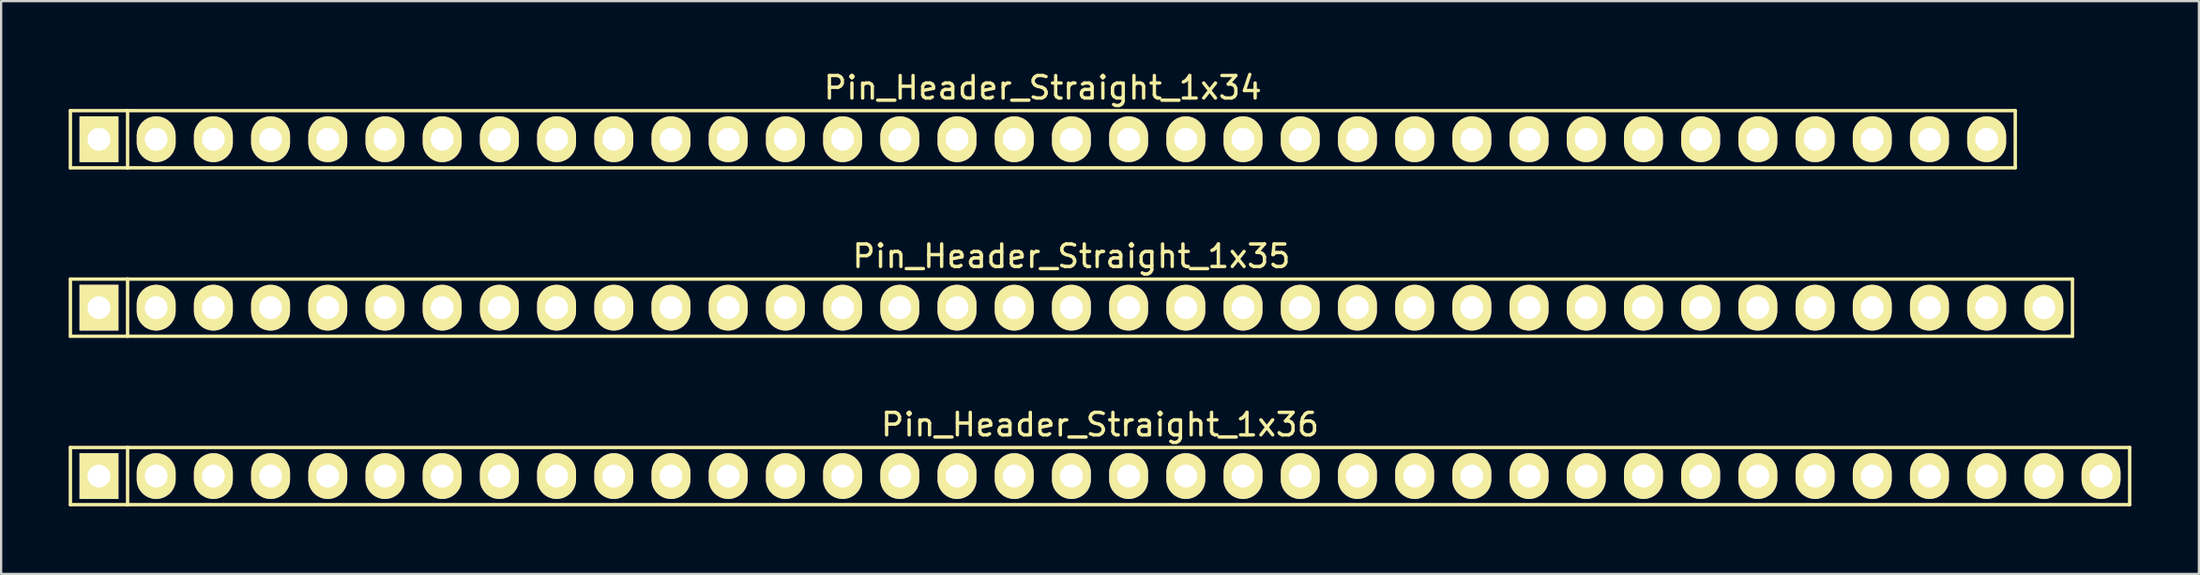
<source format=kicad_pcb>
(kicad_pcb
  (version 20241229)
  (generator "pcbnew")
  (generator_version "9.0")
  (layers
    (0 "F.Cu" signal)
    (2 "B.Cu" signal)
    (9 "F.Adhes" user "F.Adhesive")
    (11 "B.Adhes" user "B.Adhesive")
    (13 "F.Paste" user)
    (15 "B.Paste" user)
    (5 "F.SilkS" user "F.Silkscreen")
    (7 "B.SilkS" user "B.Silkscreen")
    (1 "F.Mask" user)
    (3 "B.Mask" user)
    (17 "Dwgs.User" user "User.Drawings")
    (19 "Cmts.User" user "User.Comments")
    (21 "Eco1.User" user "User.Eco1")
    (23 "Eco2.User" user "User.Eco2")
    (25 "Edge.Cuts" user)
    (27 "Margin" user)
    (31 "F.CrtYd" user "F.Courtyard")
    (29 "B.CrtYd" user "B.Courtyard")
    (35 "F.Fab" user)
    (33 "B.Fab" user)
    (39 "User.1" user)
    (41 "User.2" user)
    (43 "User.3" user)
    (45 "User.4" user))
  (footprint "Pin_Header_Straight_1x34"
    (layer "F.Cu")
    (at 43.255 3.134)
    (property "Reference" "Pin_Header_Straight_1x34" (at 0 -2.286 0) (layer "F.SilkS") (effects (font (size 1 1) (thickness 0.15))))
    (attr through_hole)
    (fp_line (start -43.18 -1.27) (end -43.18 1.27) (stroke (width 0.15) (type solid)) (layer "F.SilkS"))
    (fp_line (start -43.18 -1.27) (end -40.64 -1.27) (stroke (width 0.15) (type solid)) (layer "F.SilkS"))
    (fp_line (start -43.18 1.27) (end -40.64 1.27) (stroke (width 0.15) (type solid)) (layer "F.SilkS"))
    (fp_line (start -40.64 -1.27) (end -40.64 1.27) (stroke (width 0.15) (type solid)) (layer "F.SilkS"))
    (fp_line (start -40.64 1.27) (end 43.18 1.27) (stroke (width 0.15) (type solid)) (layer "F.SilkS"))
    (fp_line (start 43.18 -1.27) (end -40.64 -1.27) (stroke (width 0.15) (type solid)) (layer "F.SilkS"))
    (fp_line (start 43.18 1.27) (end 43.18 -1.27) (stroke (width 0.15) (type solid)) (layer "F.SilkS"))
    (pad "1" thru_hole rect (at -41.91 0) (size 1.727 2.032) (drill 1.016) (layers "*.Cu" "*.Mask" "F.SilkS"))
    (pad "2" thru_hole oval (at -39.37 0) (size 1.727 2.032) (drill 1.016) (layers "*.Cu" "*.Mask" "F.SilkS"))
    (pad "3" thru_hole oval (at -36.83 0) (size 1.727 2.032) (drill 1.016) (layers "*.Cu" "*.Mask" "F.SilkS"))
    (pad "4" thru_hole oval (at -34.29 0) (size 1.727 2.032) (drill 1.016) (layers "*.Cu" "*.Mask" "F.SilkS"))
    (pad "5" thru_hole oval (at -31.75 0) (size 1.727 2.032) (drill 1.016) (layers "*.Cu" "*.Mask" "F.SilkS"))
    (pad "6" thru_hole oval (at -29.21 0) (size 1.727 2.032) (drill 1.016) (layers "*.Cu" "*.Mask" "F.SilkS"))
    (pad "7" thru_hole oval (at -26.67 0) (size 1.727 2.032) (drill 1.016) (layers "*.Cu" "*.Mask" "F.SilkS"))
    (pad "8" thru_hole oval (at -24.13 0) (size 1.727 2.032) (drill 1.016) (layers "*.Cu" "*.Mask" "F.SilkS"))
    (pad "9" thru_hole oval (at -21.59 0) (size 1.727 2.032) (drill 1.016) (layers "*.Cu" "*.Mask" "F.SilkS"))
    (pad "10" thru_hole oval (at -19.05 0) (size 1.727 2.032) (drill 1.016) (layers "*.Cu" "*.Mask" "F.SilkS"))
    (pad "11" thru_hole oval (at -16.51 0) (size 1.727 2.032) (drill 1.016) (layers "*.Cu" "*.Mask" "F.SilkS"))
    (pad "12" thru_hole oval (at -13.97 0) (size 1.727 2.032) (drill 1.016) (layers "*.Cu" "*.Mask" "F.SilkS"))
    (pad "13" thru_hole oval (at -11.43 0) (size 1.727 2.032) (drill 1.016) (layers "*.Cu" "*.Mask" "F.SilkS"))
    (pad "14" thru_hole oval (at -8.89 0) (size 1.727 2.032) (drill 1.016) (layers "*.Cu" "*.Mask" "F.SilkS"))
    (pad "15" thru_hole oval (at -6.35 0) (size 1.727 2.032) (drill 1.016) (layers "*.Cu" "*.Mask" "F.SilkS"))
    (pad "16" thru_hole oval (at -3.81 0) (size 1.727 2.032) (drill 1.016) (layers "*.Cu" "*.Mask" "F.SilkS"))
    (pad "17" thru_hole oval (at -1.27 0) (size 1.727 2.032) (drill 1.016) (layers "*.Cu" "*.Mask" "F.SilkS"))
    (pad "18" thru_hole oval (at 1.27 0) (size 1.727 2.032) (drill 1.016) (layers "*.Cu" "*.Mask" "F.SilkS"))
    (pad "19" thru_hole oval (at 3.81 0) (size 1.727 2.032) (drill 1.016) (layers "*.Cu" "*.Mask" "F.SilkS"))
    (pad "20" thru_hole oval (at 6.35 0) (size 1.727 2.032) (drill 1.016) (layers "*.Cu" "*.Mask" "F.SilkS"))
    (pad "21" thru_hole oval (at 8.89 0) (size 1.727 2.032) (drill 1.016) (layers "*.Cu" "*.Mask" "F.SilkS"))
    (pad "22" thru_hole oval (at 11.43 0) (size 1.727 2.032) (drill 1.016) (layers "*.Cu" "*.Mask" "F.SilkS"))
    (pad "23" thru_hole oval (at 13.97 0) (size 1.727 2.032) (drill 1.016) (layers "*.Cu" "*.Mask" "F.SilkS"))
    (pad "24" thru_hole oval (at 16.51 0) (size 1.727 2.032) (drill 1.016) (layers "*.Cu" "*.Mask" "F.SilkS"))
    (pad "25" thru_hole oval (at 19.05 0) (size 1.727 2.032) (drill 1.016) (layers "*.Cu" "*.Mask" "F.SilkS"))
    (pad "26" thru_hole oval (at 21.59 0) (size 1.727 2.032) (drill 1.016) (layers "*.Cu" "*.Mask" "F.SilkS"))
    (pad "27" thru_hole oval (at 24.13 0) (size 1.727 2.032) (drill 1.016) (layers "*.Cu" "*.Mask" "F.SilkS"))
    (pad "28" thru_hole oval (at 26.67 0) (size 1.727 2.032) (drill 1.016) (layers "*.Cu" "*.Mask" "F.SilkS"))
    (pad "29" thru_hole oval (at 29.21 0) (size 1.727 2.032) (drill 1.016) (layers "*.Cu" "*.Mask" "F.SilkS"))
    (pad "30" thru_hole oval (at 31.75 0) (size 1.727 2.032) (drill 1.016) (layers "*.Cu" "*.Mask" "F.SilkS"))
    (pad "31" thru_hole oval (at 34.29 0) (size 1.727 2.032) (drill 1.016) (layers "*.Cu" "*.Mask" "F.SilkS"))
    (pad "32" thru_hole oval (at 36.83 0) (size 1.727 2.032) (drill 1.016) (layers "*.Cu" "*.Mask" "F.SilkS"))
    (pad "33" thru_hole oval (at 39.37 0) (size 1.727 2.032) (drill 1.016) (layers "*.Cu" "*.Mask" "F.SilkS"))
    (pad "34" thru_hole oval (at 41.91 0) (size 1.727 2.032) (drill 1.016) (layers "*.Cu" "*.Mask" "F.SilkS")))
  (footprint "Pin_Header_Straight_1x36"
    (layer "F.Cu")
    (at 45.795 18.093)
    (property "Reference" "Pin_Header_Straight_1x36" (at 0 -2.286 0) (layer "F.SilkS") (effects (font (size 1 1) (thickness 0.15))))
    (attr through_hole)
    (fp_line (start -45.72 -1.27) (end -45.72 1.27) (stroke (width 0.15) (type solid)) (layer "F.SilkS"))
    (fp_line (start -45.72 -1.27) (end -43.18 -1.27) (stroke (width 0.15) (type solid)) (layer "F.SilkS"))
    (fp_line (start -45.72 1.27) (end -43.18 1.27) (stroke (width 0.15) (type solid)) (layer "F.SilkS"))
    (fp_line (start -43.18 -1.27) (end -43.18 1.27) (stroke (width 0.15) (type solid)) (layer "F.SilkS"))
    (fp_line (start -43.18 1.27) (end 45.72 1.27) (stroke (width 0.15) (type solid)) (layer "F.SilkS"))
    (fp_line (start 45.72 -1.27) (end -43.18 -1.27) (stroke (width 0.15) (type solid)) (layer "F.SilkS"))
    (fp_line (start 45.72 1.27) (end 45.72 -1.27) (stroke (width 0.15) (type solid)) (layer "F.SilkS"))
    (pad "1" thru_hole rect (at -44.45 0) (size 1.727 2.032) (drill 1.016) (layers "*.Cu" "*.Mask" "F.SilkS"))
    (pad "2" thru_hole oval (at -41.91 0) (size 1.727 2.032) (drill 1.016) (layers "*.Cu" "*.Mask" "F.SilkS"))
    (pad "3" thru_hole oval (at -39.37 0) (size 1.727 2.032) (drill 1.016) (layers "*.Cu" "*.Mask" "F.SilkS"))
    (pad "4" thru_hole oval (at -36.83 0) (size 1.727 2.032) (drill 1.016) (layers "*.Cu" "*.Mask" "F.SilkS"))
    (pad "5" thru_hole oval (at -34.29 0) (size 1.727 2.032) (drill 1.016) (layers "*.Cu" "*.Mask" "F.SilkS"))
    (pad "6" thru_hole oval (at -31.75 0) (size 1.727 2.032) (drill 1.016) (layers "*.Cu" "*.Mask" "F.SilkS"))
    (pad "7" thru_hole oval (at -29.21 0) (size 1.727 2.032) (drill 1.016) (layers "*.Cu" "*.Mask" "F.SilkS"))
    (pad "8" thru_hole oval (at -26.67 0) (size 1.727 2.032) (drill 1.016) (layers "*.Cu" "*.Mask" "F.SilkS"))
    (pad "9" thru_hole oval (at -24.13 0) (size 1.727 2.032) (drill 1.016) (layers "*.Cu" "*.Mask" "F.SilkS"))
    (pad "10" thru_hole oval (at -21.59 0) (size 1.727 2.032) (drill 1.016) (layers "*.Cu" "*.Mask" "F.SilkS"))
    (pad "11" thru_hole oval (at -19.05 0) (size 1.727 2.032) (drill 1.016) (layers "*.Cu" "*.Mask" "F.SilkS"))
    (pad "12" thru_hole oval (at -16.51 0) (size 1.727 2.032) (drill 1.016) (layers "*.Cu" "*.Mask" "F.SilkS"))
    (pad "13" thru_hole oval (at -13.97 0) (size 1.727 2.032) (drill 1.016) (layers "*.Cu" "*.Mask" "F.SilkS"))
    (pad "14" thru_hole oval (at -11.43 0) (size 1.727 2.032) (drill 1.016) (layers "*.Cu" "*.Mask" "F.SilkS"))
    (pad "15" thru_hole oval (at -8.89 0) (size 1.727 2.032) (drill 1.016) (layers "*.Cu" "*.Mask" "F.SilkS"))
    (pad "16" thru_hole oval (at -6.35 0) (size 1.727 2.032) (drill 1.016) (layers "*.Cu" "*.Mask" "F.SilkS"))
    (pad "17" thru_hole oval (at -3.81 0) (size 1.727 2.032) (drill 1.016) (layers "*.Cu" "*.Mask" "F.SilkS"))
    (pad "18" thru_hole oval (at -1.27 0) (size 1.727 2.032) (drill 1.016) (layers "*.Cu" "*.Mask" "F.SilkS"))
    (pad "19" thru_hole oval (at 1.27 0) (size 1.727 2.032) (drill 1.016) (layers "*.Cu" "*.Mask" "F.SilkS"))
    (pad "20" thru_hole oval (at 3.81 0) (size 1.727 2.032) (drill 1.016) (layers "*.Cu" "*.Mask" "F.SilkS"))
    (pad "21" thru_hole oval (at 6.35 0) (size 1.727 2.032) (drill 1.016) (layers "*.Cu" "*.Mask" "F.SilkS"))
    (pad "22" thru_hole oval (at 8.89 0) (size 1.727 2.032) (drill 1.016) (layers "*.Cu" "*.Mask" "F.SilkS"))
    (pad "23" thru_hole oval (at 11.43 0) (size 1.727 2.032) (drill 1.016) (layers "*.Cu" "*.Mask" "F.SilkS"))
    (pad "24" thru_hole oval (at 13.97 0) (size 1.727 2.032) (drill 1.016) (layers "*.Cu" "*.Mask" "F.SilkS"))
    (pad "25" thru_hole oval (at 16.51 0) (size 1.727 2.032) (drill 1.016) (layers "*.Cu" "*.Mask" "F.SilkS"))
    (pad "26" thru_hole oval (at 19.05 0) (size 1.727 2.032) (drill 1.016) (layers "*.Cu" "*.Mask" "F.SilkS"))
    (pad "27" thru_hole oval (at 21.59 0) (size 1.727 2.032) (drill 1.016) (layers "*.Cu" "*.Mask" "F.SilkS"))
    (pad "28" thru_hole oval (at 24.13 0) (size 1.727 2.032) (drill 1.016) (layers "*.Cu" "*.Mask" "F.SilkS"))
    (pad "29" thru_hole oval (at 26.67 0) (size 1.727 2.032) (drill 1.016) (layers "*.Cu" "*.Mask" "F.SilkS"))
    (pad "30" thru_hole oval (at 29.21 0) (size 1.727 2.032) (drill 1.016) (layers "*.Cu" "*.Mask" "F.SilkS"))
    (pad "31" thru_hole oval (at 31.75 0) (size 1.727 2.032) (drill 1.016) (layers "*.Cu" "*.Mask" "F.SilkS"))
    (pad "32" thru_hole oval (at 34.29 0) (size 1.727 2.032) (drill 1.016) (layers "*.Cu" "*.Mask" "F.SilkS"))
    (pad "33" thru_hole oval (at 36.83 0) (size 1.727 2.032) (drill 1.016) (layers "*.Cu" "*.Mask" "F.SilkS"))
    (pad "34" thru_hole oval (at 39.37 0) (size 1.727 2.032) (drill 1.016) (layers "*.Cu" "*.Mask" "F.SilkS"))
    (pad "35" thru_hole oval (at 41.91 0) (size 1.727 2.032) (drill 1.016) (layers "*.Cu" "*.Mask" "F.SilkS"))
    (pad "36" thru_hole oval (at 44.45 0) (size 1.727 2.032) (drill 1.016) (layers "*.Cu" "*.Mask" "F.SilkS")))
  (footprint "Pin_Header_Straight_1x35"
    (layer "F.Cu")
    (at 44.525 10.614)
    (property "Reference" "Pin_Header_Straight_1x35" (at 0 -2.286 0) (layer "F.SilkS") (effects (font (size 1 1) (thickness 0.15))))
    (attr through_hole)
    (fp_line (start -44.45 -1.27) (end -44.45 1.27) (stroke (width 0.15) (type solid)) (layer "F.SilkS"))
    (fp_line (start -44.45 -1.27) (end -41.91 -1.27) (stroke (width 0.15) (type solid)) (layer "F.SilkS"))
    (fp_line (start -44.45 1.27) (end -41.91 1.27) (stroke (width 0.15) (type solid)) (layer "F.SilkS"))
    (fp_line (start -41.91 -1.27) (end -41.91 1.27) (stroke (width 0.15) (type solid)) (layer "F.SilkS"))
    (fp_line (start -41.91 1.27) (end 44.45 1.27) (stroke (width 0.15) (type solid)) (layer "F.SilkS"))
    (fp_line (start 44.45 -1.27) (end -41.91 -1.27) (stroke (width 0.15) (type solid)) (layer "F.SilkS"))
    (fp_line (start 44.45 1.27) (end 44.45 -1.27) (stroke (width 0.15) (type solid)) (layer "F.SilkS"))
    (pad "1" thru_hole rect (at -43.18 0) (size 1.727 2.032) (drill 1.016) (layers "*.Cu" "*.Mask" "F.SilkS"))
    (pad "2" thru_hole oval (at -40.64 0) (size 1.727 2.032) (drill 1.016) (layers "*.Cu" "*.Mask" "F.SilkS"))
    (pad "3" thru_hole oval (at -38.1 0) (size 1.727 2.032) (drill 1.016) (layers "*.Cu" "*.Mask" "F.SilkS"))
    (pad "4" thru_hole oval (at -35.56 0) (size 1.727 2.032) (drill 1.016) (layers "*.Cu" "*.Mask" "F.SilkS"))
    (pad "5" thru_hole oval (at -33.02 0) (size 1.727 2.032) (drill 1.016) (layers "*.Cu" "*.Mask" "F.SilkS"))
    (pad "6" thru_hole oval (at -30.48 0) (size 1.727 2.032) (drill 1.016) (layers "*.Cu" "*.Mask" "F.SilkS"))
    (pad "7" thru_hole oval (at -27.94 0) (size 1.727 2.032) (drill 1.016) (layers "*.Cu" "*.Mask" "F.SilkS"))
    (pad "8" thru_hole oval (at -25.4 0) (size 1.727 2.032) (drill 1.016) (layers "*.Cu" "*.Mask" "F.SilkS"))
    (pad "9" thru_hole oval (at -22.86 0) (size 1.727 2.032) (drill 1.016) (layers "*.Cu" "*.Mask" "F.SilkS"))
    (pad "10" thru_hole oval (at -20.32 0) (size 1.727 2.032) (drill 1.016) (layers "*.Cu" "*.Mask" "F.SilkS"))
    (pad "11" thru_hole oval (at -17.78 0) (size 1.727 2.032) (drill 1.016) (layers "*.Cu" "*.Mask" "F.SilkS"))
    (pad "12" thru_hole oval (at -15.24 0) (size 1.727 2.032) (drill 1.016) (layers "*.Cu" "*.Mask" "F.SilkS"))
    (pad "13" thru_hole oval (at -12.7 0) (size 1.727 2.032) (drill 1.016) (layers "*.Cu" "*.Mask" "F.SilkS"))
    (pad "14" thru_hole oval (at -10.16 0) (size 1.727 2.032) (drill 1.016) (layers "*.Cu" "*.Mask" "F.SilkS"))
    (pad "15" thru_hole oval (at -7.62 0) (size 1.727 2.032) (drill 1.016) (layers "*.Cu" "*.Mask" "F.SilkS"))
    (pad "16" thru_hole oval (at -5.08 0) (size 1.727 2.032) (drill 1.016) (layers "*.Cu" "*.Mask" "F.SilkS"))
    (pad "17" thru_hole oval (at -2.54 0) (size 1.727 2.032) (drill 1.016) (layers "*.Cu" "*.Mask" "F.SilkS"))
    (pad "18" thru_hole oval (at 0 0) (size 1.727 2.032) (drill 1.016) (layers "*.Cu" "*.Mask" "F.SilkS"))
    (pad "19" thru_hole oval (at 2.54 0) (size 1.727 2.032) (drill 1.016) (layers "*.Cu" "*.Mask" "F.SilkS"))
    (pad "20" thru_hole oval (at 5.08 0) (size 1.727 2.032) (drill 1.016) (layers "*.Cu" "*.Mask" "F.SilkS"))
    (pad "21" thru_hole oval (at 7.62 0) (size 1.727 2.032) (drill 1.016) (layers "*.Cu" "*.Mask" "F.SilkS"))
    (pad "22" thru_hole oval (at 10.16 0) (size 1.727 2.032) (drill 1.016) (layers "*.Cu" "*.Mask" "F.SilkS"))
    (pad "23" thru_hole oval (at 12.7 0) (size 1.727 2.032) (drill 1.016) (layers "*.Cu" "*.Mask" "F.SilkS"))
    (pad "24" thru_hole oval (at 15.24 0) (size 1.727 2.032) (drill 1.016) (layers "*.Cu" "*.Mask" "F.SilkS"))
    (pad "25" thru_hole oval (at 17.78 0) (size 1.727 2.032) (drill 1.016) (layers "*.Cu" "*.Mask" "F.SilkS"))
    (pad "26" thru_hole oval (at 20.32 0) (size 1.727 2.032) (drill 1.016) (layers "*.Cu" "*.Mask" "F.SilkS"))
    (pad "27" thru_hole oval (at 22.86 0) (size 1.727 2.032) (drill 1.016) (layers "*.Cu" "*.Mask" "F.SilkS"))
    (pad "28" thru_hole oval (at 25.4 0) (size 1.727 2.032) (drill 1.016) (layers "*.Cu" "*.Mask" "F.SilkS"))
    (pad "29" thru_hole oval (at 27.94 0) (size 1.727 2.032) (drill 1.016) (layers "*.Cu" "*.Mask" "F.SilkS"))
    (pad "30" thru_hole oval (at 30.48 0) (size 1.727 2.032) (drill 1.016) (layers "*.Cu" "*.Mask" "F.SilkS"))
    (pad "31" thru_hole oval (at 33.02 0) (size 1.727 2.032) (drill 1.016) (layers "*.Cu" "*.Mask" "F.SilkS"))
    (pad "32" thru_hole oval (at 35.56 0) (size 1.727 2.032) (drill 1.016) (layers "*.Cu" "*.Mask" "F.SilkS"))
    (pad "33" thru_hole oval (at 38.1 0) (size 1.727 2.032) (drill 1.016) (layers "*.Cu" "*.Mask" "F.SilkS"))
    (pad "34" thru_hole oval (at 40.64 0) (size 1.727 2.032) (drill 1.016) (layers "*.Cu" "*.Mask" "F.SilkS"))
    (pad "35" thru_hole oval (at 43.18 0) (size 1.727 2.032) (drill 1.016) (layers "*.Cu" "*.Mask" "F.SilkS")))
  (gr_rect
    (start -3 -3)
    (end 94.59 22.438)
    (stroke (width 0.1) (type default))
    (fill no)
    (layer "Edge.Cuts")))
</source>
